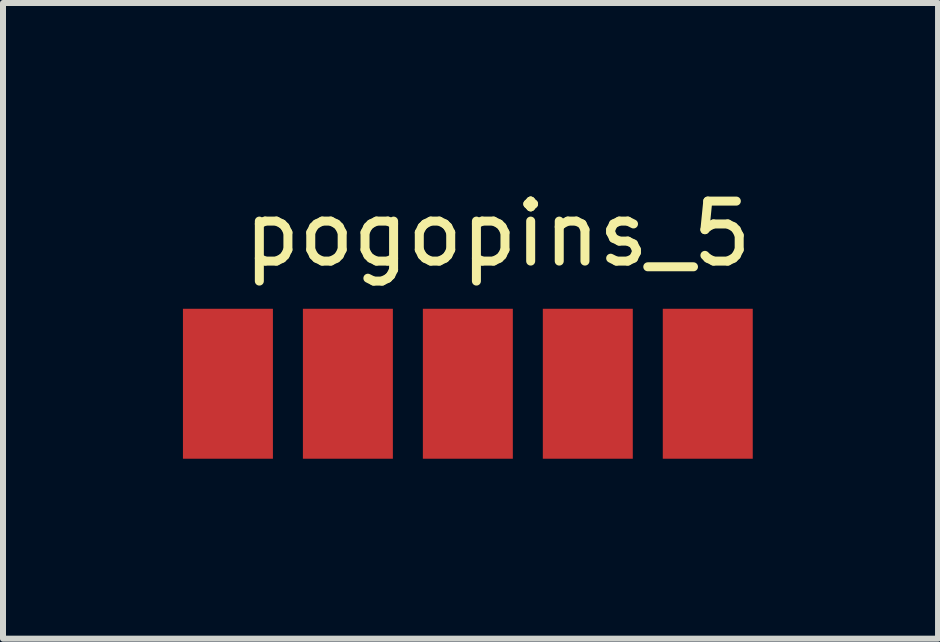
<source format=kicad_pcb>
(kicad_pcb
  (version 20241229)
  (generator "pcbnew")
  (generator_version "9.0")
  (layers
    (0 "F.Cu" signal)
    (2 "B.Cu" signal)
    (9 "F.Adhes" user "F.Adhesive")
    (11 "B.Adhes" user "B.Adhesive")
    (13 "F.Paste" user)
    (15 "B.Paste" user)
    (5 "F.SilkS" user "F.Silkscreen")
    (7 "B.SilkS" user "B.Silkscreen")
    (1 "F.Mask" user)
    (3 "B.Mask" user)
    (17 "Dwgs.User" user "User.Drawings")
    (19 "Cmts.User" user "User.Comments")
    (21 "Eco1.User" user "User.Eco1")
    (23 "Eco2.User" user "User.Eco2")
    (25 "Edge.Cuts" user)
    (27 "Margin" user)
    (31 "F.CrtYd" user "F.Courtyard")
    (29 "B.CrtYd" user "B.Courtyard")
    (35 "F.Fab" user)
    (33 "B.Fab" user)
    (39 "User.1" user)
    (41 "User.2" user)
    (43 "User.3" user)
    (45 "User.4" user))
  (footprint "pogopins_5"
    (layer "F.Cu")
    (at 4.75 3.348)
    (property "Reference" "pogopins_5" (at 0.5 -2.5 0) (unlocked yes) (layer "F.SilkS") (effects (font (size 1 1) (thickness 0.15))))
    (pad "1" smd rect (at -4 0) (size 1.5 2.5) (layers "F.Cu" "F.Mask" "F.Paste"))
    (pad "2" smd rect (at -2 0) (size 1.5 2.5) (layers "F.Cu" "F.Mask" "F.Paste"))
    (pad "3" smd rect (at 0 0) (size 1.5 2.5) (layers "F.Cu" "F.Mask" "F.Paste"))
    (pad "4" smd rect (at 2 0) (size 1.5 2.5) (layers "F.Cu" "F.Mask" "F.Paste"))
    (pad "5" smd rect (at 4 0) (size 1.5 2.5) (layers "F.Cu" "F.Mask" "F.Paste")))
  (gr_rect
    (start -3 -3)
    (end 12.589 7.598)
    (stroke (width 0.1) (type default))
    (fill no)
    (layer "Edge.Cuts")))
</source>
